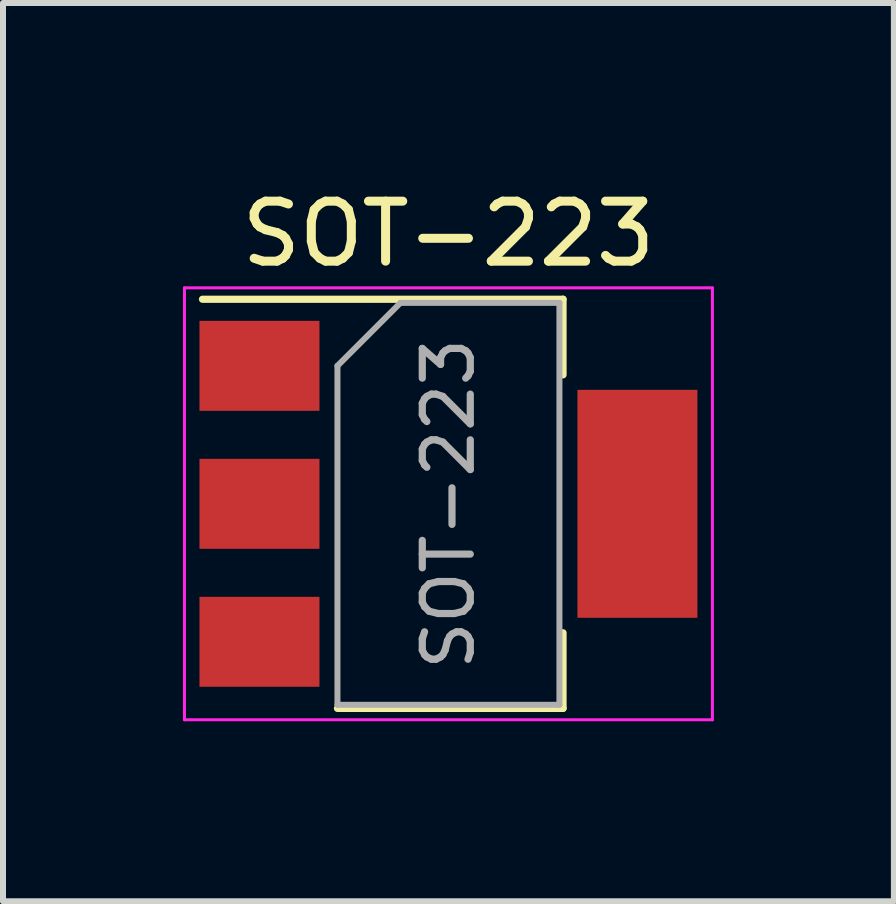
<source format=kicad_pcb>
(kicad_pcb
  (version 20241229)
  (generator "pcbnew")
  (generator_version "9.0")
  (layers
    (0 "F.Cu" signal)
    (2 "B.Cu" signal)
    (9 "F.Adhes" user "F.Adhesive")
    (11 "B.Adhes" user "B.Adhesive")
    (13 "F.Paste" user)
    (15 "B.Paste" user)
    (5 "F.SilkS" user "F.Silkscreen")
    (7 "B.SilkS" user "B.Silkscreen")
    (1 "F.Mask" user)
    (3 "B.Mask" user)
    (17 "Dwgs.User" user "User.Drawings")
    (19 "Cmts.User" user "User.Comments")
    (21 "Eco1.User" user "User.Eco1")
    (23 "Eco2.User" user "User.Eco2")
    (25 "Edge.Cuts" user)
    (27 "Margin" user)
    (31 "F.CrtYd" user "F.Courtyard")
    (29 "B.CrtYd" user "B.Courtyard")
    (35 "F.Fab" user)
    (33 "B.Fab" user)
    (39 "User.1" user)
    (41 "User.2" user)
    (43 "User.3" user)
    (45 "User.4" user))
  (footprint "SOT-223"
    (layer "F.Cu")
    (at 4.425 5.348)
    (property "Reference" "SOT-223" (at 0 -4.5 0) (layer "F.SilkS") (effects (font (size 1 1) (thickness 0.15))))
    (attr smd)
    (fp_line (start -4.1 -3.41) (end 1.91 -3.41) (stroke (width 0.12) (type solid)) (layer "F.SilkS"))
    (fp_line (start -1.85 3.41) (end 1.91 3.41) (stroke (width 0.12) (type solid)) (layer "F.SilkS"))
    (fp_line (start 1.91 -3.41) (end 1.91 -2.15) (stroke (width 0.12) (type solid)) (layer "F.SilkS"))
    (fp_line (start 1.91 3.41) (end 1.91 2.15) (stroke (width 0.12) (type solid)) (layer "F.SilkS"))
    (fp_line (start -4.4 -3.6) (end -4.4 3.6) (stroke (width 0.05) (type solid)) (layer "F.CrtYd"))
    (fp_line (start -4.4 3.6) (end 4.4 3.6) (stroke (width 0.05) (type solid)) (layer "F.CrtYd"))
    (fp_line (start 4.4 -3.6) (end -4.4 -3.6) (stroke (width 0.05) (type solid)) (layer "F.CrtYd"))
    (fp_line (start 4.4 3.6) (end 4.4 -3.6) (stroke (width 0.05) (type solid)) (layer "F.CrtYd"))
    (fp_line (start -1.85 -2.3) (end -1.85 3.35) (stroke (width 0.1) (type solid)) (layer "F.Fab"))
    (fp_line (start -1.85 -2.3) (end -0.8 -3.35) (stroke (width 0.1) (type solid)) (layer "F.Fab"))
    (fp_line (start -1.85 3.35) (end 1.85 3.35) (stroke (width 0.1) (type solid)) (layer "F.Fab"))
    (fp_line (start -0.8 -3.35) (end 1.85 -3.35) (stroke (width 0.1) (type solid)) (layer "F.Fab"))
    (fp_line (start 1.85 -3.35) (end 1.85 3.35) (stroke (width 0.1) (type solid)) (layer "F.Fab"))
    (fp_text user "${REFERENCE}" (at 0 0 90) (layer "F.Fab") (effects (font (size 0.8 0.8) (thickness 0.12))))
    (pad "1" smd rect (at -3.15 -2.3) (size 2 1.5) (layers "F.Cu" "F.Mask" "F.Paste"))
    (pad "2" smd rect (at -3.15 0) (size 2 1.5) (layers "F.Cu" "F.Mask" "F.Paste"))
    (pad "3" smd rect (at -3.15 2.3) (size 2 1.5) (layers "F.Cu" "F.Mask" "F.Paste"))
    (pad "4" smd rect (at 3.15 0) (size 2 3.8) (layers "F.Cu" "F.Mask" "F.Paste")))
  (gr_rect
    (start -3 -3)
    (end 11.85 11.973)
    (stroke (width 0.1) (type default))
    (fill no)
    (layer "Edge.Cuts")))
</source>
